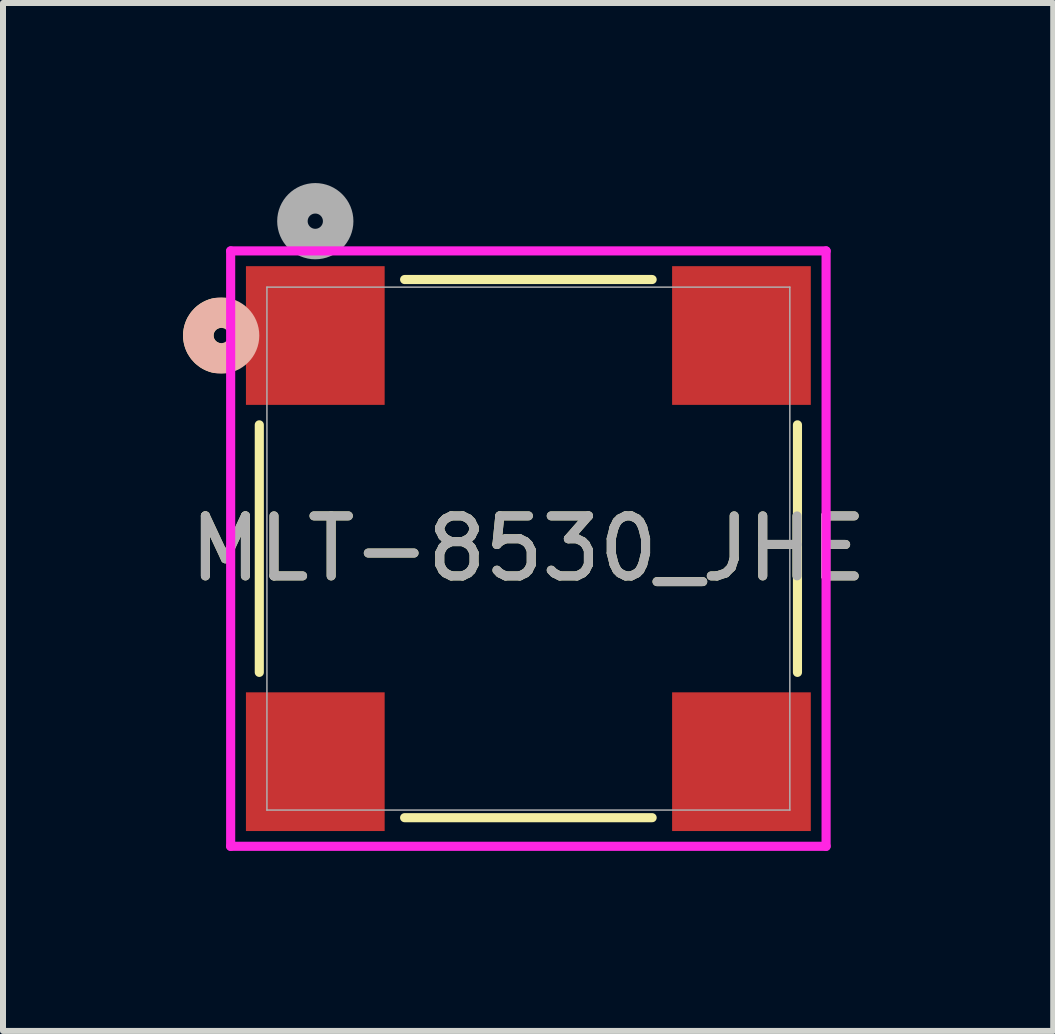
<source format=kicad_pcb>
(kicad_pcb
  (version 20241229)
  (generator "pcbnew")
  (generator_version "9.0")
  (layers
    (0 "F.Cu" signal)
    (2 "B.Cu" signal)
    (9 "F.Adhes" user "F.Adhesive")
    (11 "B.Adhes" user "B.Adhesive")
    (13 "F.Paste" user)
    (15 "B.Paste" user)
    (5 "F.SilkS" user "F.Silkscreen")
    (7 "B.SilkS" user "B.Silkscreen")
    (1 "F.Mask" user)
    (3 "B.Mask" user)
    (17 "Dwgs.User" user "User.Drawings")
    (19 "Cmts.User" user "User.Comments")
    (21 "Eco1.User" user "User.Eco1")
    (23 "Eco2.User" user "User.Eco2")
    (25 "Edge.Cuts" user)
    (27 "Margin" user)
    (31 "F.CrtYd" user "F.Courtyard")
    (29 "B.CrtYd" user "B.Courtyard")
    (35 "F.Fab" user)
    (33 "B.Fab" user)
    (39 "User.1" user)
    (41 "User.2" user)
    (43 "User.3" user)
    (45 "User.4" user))
  (footprint "MLT-8530_JHE"
    (layer "F.Cu")
    (at 5.753 6.09)
    (property "Reference" "MLT-8530_JHE" (at 0 0 0) (unlocked yes) (layer "F.SilkS") (effects (font (size 1 1) (thickness 0.15))))
    (attr smd)
    (fp_line (start -4.483 -2.062) (end -4.483 2.062) (stroke (width 0.152) (type solid)) (layer "F.SilkS"))
    (fp_line (start -2.062 4.483) (end 2.062 4.483) (stroke (width 0.152) (type solid)) (layer "F.SilkS"))
    (fp_line (start 2.062 -4.483) (end -2.062 -4.483) (stroke (width 0.152) (type solid)) (layer "F.SilkS"))
    (fp_line (start 4.483 2.062) (end 4.483 -2.062) (stroke (width 0.152) (type solid)) (layer "F.SilkS"))
    (fp_arc (start -5.21624 -3.181857) (mid -5.4991 -3.55) (end -5.21624 -3.918144) (stroke (width 0.508) (type solid)) (layer "F.SilkS"))
    (fp_circle (center -5.118 -3.55) (end -4.737 -3.55) (stroke (width 0.508) (type solid)) (fill no) (layer "B.SilkS"))
    (fp_line (start -4.96 -4.96) (end -4.96 4.96) (stroke (width 0.152) (type solid)) (layer "F.CrtYd"))
    (fp_line (start -4.96 4.96) (end 4.96 4.96) (stroke (width 0.152) (type solid)) (layer "F.CrtYd"))
    (fp_line (start 4.96 -4.96) (end -4.96 -4.96) (stroke (width 0.152) (type solid)) (layer "F.CrtYd"))
    (fp_line (start 4.96 4.96) (end 4.96 -4.96) (stroke (width 0.152) (type solid)) (layer "F.CrtYd"))
    (fp_line (start -4.356 -4.356) (end -4.356 4.356) (stroke (width 0.025) (type solid)) (layer "F.Fab"))
    (fp_line (start -4.356 4.356) (end 4.356 4.356) (stroke (width 0.025) (type solid)) (layer "F.Fab"))
    (fp_line (start 4.356 -4.356) (end -4.356 -4.356) (stroke (width 0.025) (type solid)) (layer "F.Fab"))
    (fp_line (start 4.356 4.356) (end 4.356 -4.356) (stroke (width 0.025) (type solid)) (layer "F.Fab"))
    (fp_circle (center -3.55 -5.455) (end -3.169 -5.455) (stroke (width 0.508) (type solid)) (fill no) (layer "F.Fab"))
    (fp_text user "${REFERENCE}" (at 0 0 0) (unlocked yes) (layer "F.Fab") (effects (font (size 1 1) (thickness 0.15))))
    (pad "1" smd rect (at -3.55 -3.55) (size 2.311 2.311) (layers "F.Cu" "F.Mask" "F.Paste"))
    (pad "2" smd rect (at -3.55 3.55) (size 2.311 2.311) (layers "F.Cu" "F.Mask" "F.Paste"))
    (pad "3" smd rect (at 3.55 -3.55) (size 2.311 2.311) (layers "F.Cu" "F.Mask" "F.Paste"))
    (pad "4" smd rect (at 3.55 3.55) (size 2.311 2.311) (layers "F.Cu" "F.Mask" "F.Paste")))
  (gr_rect
    (start -3 -3)
    (end 14.497 14.126)
    (stroke (width 0.1) (type default))
    (fill no)
    (layer "Edge.Cuts")))
</source>
